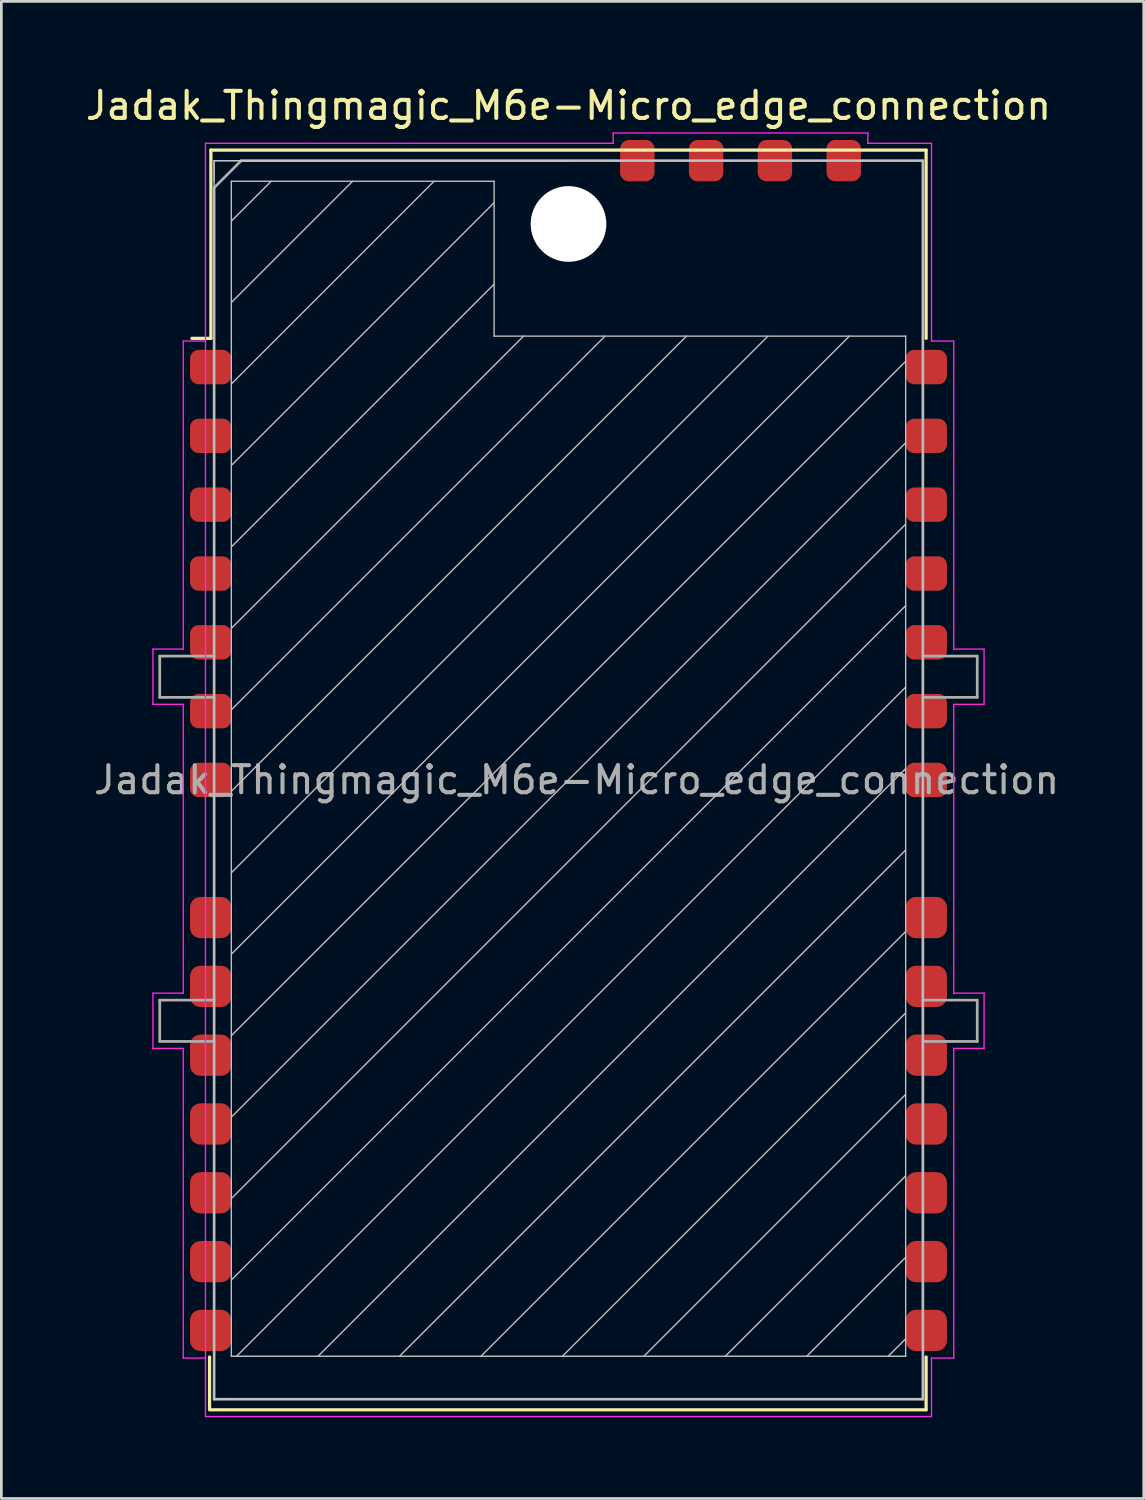
<source format=kicad_pcb>
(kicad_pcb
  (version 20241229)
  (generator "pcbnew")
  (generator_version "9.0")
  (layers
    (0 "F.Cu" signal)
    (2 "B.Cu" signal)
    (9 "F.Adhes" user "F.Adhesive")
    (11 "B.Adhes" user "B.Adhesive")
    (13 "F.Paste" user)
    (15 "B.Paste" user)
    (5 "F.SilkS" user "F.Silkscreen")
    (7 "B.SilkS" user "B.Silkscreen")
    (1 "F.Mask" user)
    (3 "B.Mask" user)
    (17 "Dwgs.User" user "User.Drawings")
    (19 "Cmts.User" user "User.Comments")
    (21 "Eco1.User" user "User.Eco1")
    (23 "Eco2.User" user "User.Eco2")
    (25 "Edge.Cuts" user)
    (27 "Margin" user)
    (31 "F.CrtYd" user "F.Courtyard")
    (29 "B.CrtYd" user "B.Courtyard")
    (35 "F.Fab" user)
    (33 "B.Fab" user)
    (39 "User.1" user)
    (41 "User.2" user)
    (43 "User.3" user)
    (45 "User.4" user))
  (footprint "Jadak_Thingmagic_M6e-Micro_edge_connection"
    (layer "F.Cu")
    (at 17.935 25.74)
    (property "Reference" "Jadak_Thingmagic_M6e-Micro_edge_connection" (at 0 -24.892 0) (layer "F.SilkS") (effects (font (size 1 1) (thickness 0.15))))
    (attr smd)
    (fp_line (start -13.25 21.3) (end -13.25 23.25) (stroke (width 0.12) (type solid)) (layer "F.SilkS"))
    (fp_line (start -13.2 -23.25) (end 13.2 -23.25) (stroke (width 0.12) (type solid)) (layer "F.SilkS"))
    (fp_line (start -13.2 -16.3) (end -13.9 -16.3) (stroke (width 0.12) (type solid)) (layer "F.SilkS"))
    (fp_line (start -13.2 -16.3) (end -13.2 -23.25) (stroke (width 0.12) (type solid)) (layer "F.SilkS"))
    (fp_line (start -13.2 23.25) (end 13.2 23.25) (stroke (width 0.12) (type solid)) (layer "F.SilkS"))
    (fp_line (start 13.2 -23.25) (end 13.2 -16.3) (stroke (width 0.12) (type solid)) (layer "F.SilkS"))
    (fp_line (start 13.2 23.25) (end 13.2 21.3) (stroke (width 0.12) (type solid)) (layer "F.SilkS"))
    (fp_line (start -13.081 -22.86) (end -13.081 -22.098) (stroke (width 0.05) (type solid)) (layer "Dwgs.User"))
    (fp_line (start -13.081 -22.86) (end -13.081 22.86) (stroke (width 0.05) (type solid)) (layer "Dwgs.User"))
    (fp_line (start -13.081 -22.86) (end 0 -22.86) (stroke (width 0.05) (type solid)) (layer "Dwgs.User"))
    (fp_line (start -13.081 22.86) (end -12.446 22.86) (stroke (width 0.05) (type solid)) (layer "Dwgs.User"))
    (fp_line (start -13.081 22.86) (end 13.081 22.86) (stroke (width 0.05) (type solid)) (layer "Dwgs.User"))
    (fp_line (start -12.446 -22.098) (end -12.446 21.273) (stroke (width 0.05) (type solid)) (layer "Dwgs.User"))
    (fp_line (start -12.446 -22.098) (end -2.746 -22.098) (stroke (width 0.05) (type solid)) (layer "Dwgs.User"))
    (fp_line (start -12.446 -20.629) (end -10.977 -22.098) (stroke (width 0.05) (type solid)) (layer "Dwgs.User"))
    (fp_line (start -12.446 -17.622) (end -7.97 -22.098) (stroke (width 0.05) (type solid)) (layer "Dwgs.User"))
    (fp_line (start -12.446 -14.615) (end -4.963 -22.098) (stroke (width 0.05) (type solid)) (layer "Dwgs.User"))
    (fp_line (start -12.446 -11.608) (end -2.746 -21.308) (stroke (width 0.05) (type solid)) (layer "Dwgs.User"))
    (fp_line (start -12.446 -8.601) (end -2.746 -18.301) (stroke (width 0.05) (type solid)) (layer "Dwgs.User"))
    (fp_line (start -12.446 -2.588) (end 1.349 -16.383) (stroke (width 0.05) (type solid)) (layer "Dwgs.User"))
    (fp_line (start -12.446 0.419) (end 4.356 -16.383) (stroke (width 0.05) (type solid)) (layer "Dwgs.User"))
    (fp_line (start -12.446 3.426) (end 7.363 -16.383) (stroke (width 0.05) (type solid)) (layer "Dwgs.User"))
    (fp_line (start -12.446 6.432) (end 10.369 -16.383) (stroke (width 0.05) (type solid)) (layer "Dwgs.User"))
    (fp_line (start -12.446 9.439) (end 12.446 -15.453) (stroke (width 0.05) (type solid)) (layer "Dwgs.User"))
    (fp_line (start -12.446 12.446) (end 12.446 -12.446) (stroke (width 0.05) (type solid)) (layer "Dwgs.User"))
    (fp_line (start -12.446 21.273) (end 12.446 21.273) (stroke (width 0.05) (type solid)) (layer "Dwgs.User"))
    (fp_line (start -12.446 -5.595) (end -1.658 -16.383) (stroke (width 0.05) (type solid)) (layer "Dwgs.User"))
    (fp_line (start -12.446 15.453) (end 12.446 -9.439) (stroke (width 0.05) (type solid)) (layer "Dwgs.User"))
    (fp_line (start -12.446 18.46) (end 12.446 -6.432) (stroke (width 0.05) (type solid)) (layer "Dwgs.User"))
    (fp_line (start -12.252 21.273) (end 12.446 -3.426) (stroke (width 0.05) (type solid)) (layer "Dwgs.User"))
    (fp_line (start -9.245 21.273) (end 12.446 -0.419) (stroke (width 0.05) (type solid)) (layer "Dwgs.User"))
    (fp_line (start -6.239 21.273) (end 12.446 2.588) (stroke (width 0.05) (type solid)) (layer "Dwgs.User"))
    (fp_line (start -3.232 21.273) (end 12.446 5.595) (stroke (width 0.05) (type solid)) (layer "Dwgs.User"))
    (fp_line (start -2.746 -22.098) (end -2.746 -16.383) (stroke (width 0.05) (type solid)) (layer "Dwgs.User"))
    (fp_line (start -2.746 -16.383) (end 12.446 -16.383) (stroke (width 0.05) (type solid)) (layer "Dwgs.User"))
    (fp_line (start -0.225 21.273) (end 12.446 8.601) (stroke (width 0.05) (type solid)) (layer "Dwgs.User"))
    (fp_line (start 2.782 21.273) (end 12.446 11.608) (stroke (width 0.05) (type solid)) (layer "Dwgs.User"))
    (fp_line (start 5.789 21.273) (end 12.446 14.615) (stroke (width 0.05) (type solid)) (layer "Dwgs.User"))
    (fp_line (start 8.795 21.273) (end 12.446 17.622) (stroke (width 0.05) (type solid)) (layer "Dwgs.User"))
    (fp_line (start 11.802 21.273) (end 12.446 20.629) (stroke (width 0.05) (type solid)) (layer "Dwgs.User"))
    (fp_line (start 12.446 21.273) (end 12.446 -16.383) (stroke (width 0.05) (type solid)) (layer "Dwgs.User"))
    (fp_line (start 13.081 -22.86) (end -13.081 -22.86) (stroke (width 0.05) (type solid)) (layer "Dwgs.User"))
    (fp_line (start 13.081 22.86) (end 13.081 -22.86) (stroke (width 0.05) (type solid)) (layer "Dwgs.User"))
    (fp_line (start -15.34 -4.83) (end -15.34 -2.79) (stroke (width 0.05) (type solid)) (layer "F.CrtYd"))
    (fp_line (start -15.34 -2.79) (end -14.22 -2.79) (stroke (width 0.05) (type solid)) (layer "F.CrtYd"))
    (fp_line (start -15.34 7.87) (end -15.34 9.91) (stroke (width 0.05) (type solid)) (layer "F.CrtYd"))
    (fp_line (start -15.34 9.91) (end -14.22 9.91) (stroke (width 0.05) (type solid)) (layer "F.CrtYd"))
    (fp_line (start -14.22 -4.83) (end -15.34 -4.83) (stroke (width 0.05) (type solid)) (layer "F.CrtYd"))
    (fp_line (start -14.22 -4.83) (end -14.22 -16.2) (stroke (width 0.05) (type solid)) (layer "F.CrtYd"))
    (fp_line (start -14.22 7.87) (end -15.34 7.87) (stroke (width 0.05) (type solid)) (layer "F.CrtYd"))
    (fp_line (start -14.22 7.87) (end -14.22 -2.79) (stroke (width 0.05) (type solid)) (layer "F.CrtYd"))
    (fp_line (start -14.22 9.91) (end -14.22 21.34) (stroke (width 0.05) (type solid)) (layer "F.CrtYd"))
    (fp_line (start -14.22 21.34) (end -13.4 21.34) (stroke (width 0.05) (type solid)) (layer "F.CrtYd"))
    (fp_line (start -13.4 -23.5) (end -13.4 23.5) (stroke (width 0.05) (type solid)) (layer "F.CrtYd"))
    (fp_line (start -13.4 -16.2) (end -14.22 -16.2) (stroke (width 0.05) (type solid)) (layer "F.CrtYd"))
    (fp_line (start -13.4 23.5) (end 13.4 23.5) (stroke (width 0.05) (type solid)) (layer "F.CrtYd"))
    (fp_line (start 1.65 -23.88) (end 11.05 -23.88) (stroke (width 0.05) (type solid)) (layer "F.CrtYd"))
    (fp_line (start 1.65 -23.5) (end -13.4 -23.5) (stroke (width 0.05) (type solid)) (layer "F.CrtYd"))
    (fp_line (start 1.65 -23.5) (end 1.65 -23.88) (stroke (width 0.05) (type solid)) (layer "F.CrtYd"))
    (fp_line (start 11.05 -23.88) (end 11.05 -23.5) (stroke (width 0.05) (type solid)) (layer "F.CrtYd"))
    (fp_line (start 11.05 -23.5) (end 13.4 -23.5) (stroke (width 0.05) (type solid)) (layer "F.CrtYd"))
    (fp_line (start 13.4 -16.2) (end 13.4 -23.5) (stroke (width 0.05) (type solid)) (layer "F.CrtYd"))
    (fp_line (start 13.4 21.34) (end 14.22 21.34) (stroke (width 0.05) (type solid)) (layer "F.CrtYd"))
    (fp_line (start 13.4 23.5) (end 13.4 21.34) (stroke (width 0.05) (type solid)) (layer "F.CrtYd"))
    (fp_line (start 14.22 -16.2) (end 13.4 -16.2) (stroke (width 0.05) (type solid)) (layer "F.CrtYd"))
    (fp_line (start 14.22 -4.83) (end 14.22 -16.2) (stroke (width 0.05) (type solid)) (layer "F.CrtYd"))
    (fp_line (start 14.22 -2.79) (end 15.34 -2.79) (stroke (width 0.05) (type solid)) (layer "F.CrtYd"))
    (fp_line (start 14.22 7.88) (end 14.22 -2.79) (stroke (width 0.05) (type solid)) (layer "F.CrtYd"))
    (fp_line (start 14.22 9.91) (end 15.34 9.91) (stroke (width 0.05) (type solid)) (layer "F.CrtYd"))
    (fp_line (start 14.22 21.34) (end 14.22 9.91) (stroke (width 0.05) (type solid)) (layer "F.CrtYd"))
    (fp_line (start 15.34 -4.83) (end 14.22 -4.83) (stroke (width 0.05) (type solid)) (layer "F.CrtYd"))
    (fp_line (start 15.34 -2.79) (end 15.34 -4.83) (stroke (width 0.05) (type solid)) (layer "F.CrtYd"))
    (fp_line (start 15.34 7.87) (end 14.22 7.87) (stroke (width 0.05) (type solid)) (layer "F.CrtYd"))
    (fp_line (start 15.34 9.91) (end 15.34 7.87) (stroke (width 0.05) (type solid)) (layer "F.CrtYd"))
    (fp_line (start -15.088 -4.572) (end -15.088 -3.048) (stroke (width 0.1) (type solid)) (layer "F.Fab"))
    (fp_line (start -15.088 -3.048) (end -13.081 -3.048) (stroke (width 0.1) (type solid)) (layer "F.Fab"))
    (fp_line (start -15.088 8.128) (end -15.088 9.652) (stroke (width 0.1) (type solid)) (layer "F.Fab"))
    (fp_line (start -15.088 9.652) (end -13.081 9.652) (stroke (width 0.1) (type solid)) (layer "F.Fab"))
    (fp_line (start -13.081 -4.572) (end -15.088 -4.572) (stroke (width 0.1) (type solid)) (layer "F.Fab"))
    (fp_line (start -13.081 8.128) (end -15.088 8.128) (stroke (width 0.1) (type solid)) (layer "F.Fab"))
    (fp_line (start -13.081 22.86) (end -13.081 -21.86) (stroke (width 0.1) (type solid)) (layer "F.Fab"))
    (fp_line (start -12.081 -22.86) (end -13.081 -21.86) (stroke (width 0.1) (type solid)) (layer "F.Fab"))
    (fp_line (start -12.081 -22.86) (end 13.081 -22.86) (stroke (width 0.1) (type solid)) (layer "F.Fab"))
    (fp_line (start 13.081 -22.86) (end 13.081 22.86) (stroke (width 0.1) (type solid)) (layer "F.Fab"))
    (fp_line (start 13.081 -3.048) (end 15.088 -3.048) (stroke (width 0.1) (type solid)) (layer "F.Fab"))
    (fp_line (start 13.081 9.652) (end 15.088 9.652) (stroke (width 0.1) (type solid)) (layer "F.Fab"))
    (fp_line (start 13.081 22.86) (end -13.081 22.86) (stroke (width 0.1) (type solid)) (layer "F.Fab"))
    (fp_line (start 15.088 -4.572) (end 13.081 -4.572) (stroke (width 0.1) (type solid)) (layer "F.Fab"))
    (fp_line (start 15.088 -4.572) (end 15.088 -3.048) (stroke (width 0.1) (type solid)) (layer "F.Fab"))
    (fp_line (start 15.088 8.128) (end 13.081 8.128) (stroke (width 0.1) (type solid)) (layer "F.Fab"))
    (fp_line (start 15.088 8.128) (end 15.088 9.652) (stroke (width 0.1) (type solid)) (layer "F.Fab"))
    (fp_text user "${REFERENCE}" (at 0.3 0 0) (layer "F.Fab") (effects (font (size 1 1) (thickness 0.15))))
    (pad "" np_thru_hole circle (at 0 -20.523) (size 2.794 2.794) (drill 2.794) (layers "*.Cu" "*.Mask"))
    (pad "1" smd roundrect (at -13.208 -15.24) (size 1.524 1.27) (layers "F.Cu" "F.Mask" "F.Paste") (roundrect_rratio 0.25))
    (pad "2" smd roundrect (at 13.208 -15.24) (size 1.524 1.27) (layers "F.Cu" "F.Mask" "F.Paste") (roundrect_rratio 0.25))
    (pad "3" smd roundrect (at -13.208 -12.7) (size 1.524 1.27) (layers "F.Cu" "F.Mask" "F.Paste") (roundrect_rratio 0.25))
    (pad "4" smd roundrect (at 13.208 -12.7) (size 1.524 1.27) (layers "F.Cu" "F.Mask" "F.Paste") (roundrect_rratio 0.25))
    (pad "5" smd roundrect (at -13.208 -10.16) (size 1.524 1.27) (layers "F.Cu" "F.Mask" "F.Paste") (roundrect_rratio 0.25))
    (pad "6" smd roundrect (at 13.208 -10.16) (size 1.524 1.27) (layers "F.Cu" "F.Mask" "F.Paste") (roundrect_rratio 0.25))
    (pad "7" smd roundrect (at -13.208 -7.62) (size 1.524 1.27) (layers "F.Cu" "F.Mask" "F.Paste") (roundrect_rratio 0.25))
    (pad "8" smd roundrect (at 13.208 -7.62) (size 1.524 1.27) (layers "F.Cu" "F.Mask" "F.Paste") (roundrect_rratio 0.25))
    (pad "9" smd roundrect (at -13.208 -5.08) (size 1.524 1.27) (layers "F.Cu" "F.Mask" "F.Paste") (roundrect_rratio 0.25))
    (pad "10" smd roundrect (at 13.208 -5.08) (size 1.524 1.27) (layers "F.Cu" "F.Mask" "F.Paste") (roundrect_rratio 0.25))
    (pad "11" smd roundrect (at -13.208 -2.54) (size 1.524 1.27) (layers "F.Cu" "F.Mask" "F.Paste") (roundrect_rratio 0.25))
    (pad "12" smd roundrect (at 13.208 -2.54) (size 1.524 1.27) (layers "F.Cu" "F.Mask" "F.Paste") (roundrect_rratio 0.25))
    (pad "13" smd roundrect (at -13.208 0) (size 1.524 1.27) (layers "F.Cu" "F.Mask" "F.Paste") (roundrect_rratio 0.25))
    (pad "14" smd roundrect (at 13.208 0) (size 1.524 1.27) (layers "F.Cu" "F.Mask" "F.Paste") (roundrect_rratio 0.25))
    (pad "15" smd roundrect (at -13.208 5.08) (size 1.524 1.524) (layers "F.Cu" "F.Mask" "F.Paste") (roundrect_rratio 0.25))
    (pad "16" smd roundrect (at 13.208 5.08) (size 1.524 1.524) (layers "F.Cu" "F.Mask" "F.Paste") (roundrect_rratio 0.25))
    (pad "17" smd roundrect (at -13.208 7.62) (size 1.524 1.524) (layers "F.Cu" "F.Mask" "F.Paste") (roundrect_rratio 0.25))
    (pad "18" smd roundrect (at 13.208 7.62) (size 1.524 1.524) (layers "F.Cu" "F.Mask" "F.Paste") (roundrect_rratio 0.25))
    (pad "19" smd roundrect (at -13.208 10.16) (size 1.524 1.524) (layers "F.Cu" "F.Mask" "F.Paste") (roundrect_rratio 0.25))
    (pad "20" smd roundrect (at 13.208 10.16) (size 1.524 1.524) (layers "F.Cu" "F.Mask" "F.Paste") (roundrect_rratio 0.25))
    (pad "21" smd roundrect (at -13.208 12.7) (size 1.524 1.524) (layers "F.Cu" "F.Mask" "F.Paste") (roundrect_rratio 0.25))
    (pad "22" smd roundrect (at 13.208 12.7) (size 1.524 1.524) (layers "F.Cu" "F.Mask" "F.Paste") (roundrect_rratio 0.25))
    (pad "23" smd roundrect (at -13.208 15.24) (size 1.524 1.524) (layers "F.Cu" "F.Mask" "F.Paste") (roundrect_rratio 0.25))
    (pad "24" smd roundrect (at 13.208 15.24) (size 1.524 1.524) (layers "F.Cu" "F.Mask" "F.Paste") (roundrect_rratio 0.25))
    (pad "25" smd roundrect (at -13.208 17.78) (size 1.524 1.524) (layers "F.Cu" "F.Mask" "F.Paste") (roundrect_rratio 0.25))
    (pad "26" smd roundrect (at 13.208 17.78) (size 1.524 1.524) (layers "F.Cu" "F.Mask" "F.Paste") (roundrect_rratio 0.25))
    (pad "27" smd roundrect (at -13.208 20.32) (size 1.524 1.524) (layers "F.Cu" "F.Mask" "F.Paste") (roundrect_rratio 0.25))
    (pad "28" smd roundrect (at 13.208 20.32) (size 1.524 1.524) (layers "F.Cu" "F.Mask" "F.Paste") (roundrect_rratio 0.25))
    (pad "29" smd roundrect (at 2.54 -22.86) (size 1.27 1.524) (layers "F.Cu" "F.Mask" "F.Paste") (roundrect_rratio 0.25))
    (pad "30" smd roundrect (at 5.08 -22.86) (size 1.27 1.524) (layers "F.Cu" "F.Mask" "F.Paste") (roundrect_rratio 0.25))
    (pad "31" smd roundrect (at 7.62 -22.86) (size 1.27 1.524) (layers "F.Cu" "F.Mask" "F.Paste") (roundrect_rratio 0.25))
    (pad "32" smd roundrect (at 10.16 -22.86) (size 1.27 1.524) (layers "F.Cu" "F.Mask" "F.Paste") (roundrect_rratio 0.25)))
  (gr_rect
    (start -3 -3)
    (end 39.169 52.265)
    (stroke (width 0.1) (type default))
    (fill no)
    (layer "Edge.Cuts")))
</source>
